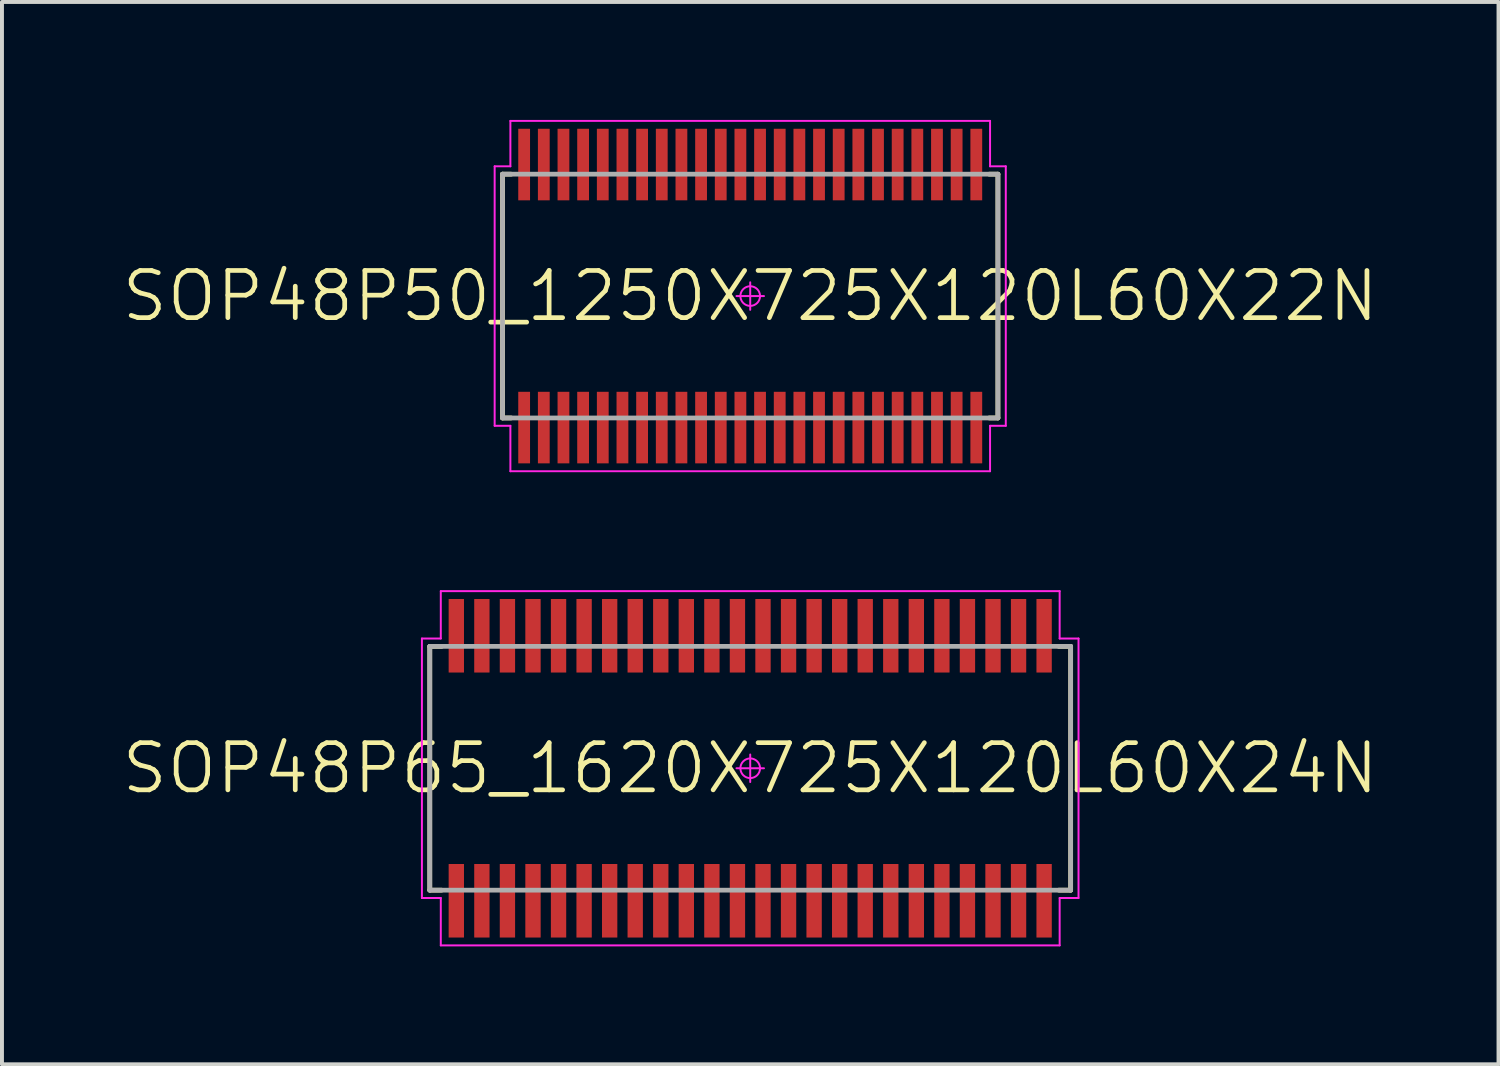
<source format=kicad_pcb>
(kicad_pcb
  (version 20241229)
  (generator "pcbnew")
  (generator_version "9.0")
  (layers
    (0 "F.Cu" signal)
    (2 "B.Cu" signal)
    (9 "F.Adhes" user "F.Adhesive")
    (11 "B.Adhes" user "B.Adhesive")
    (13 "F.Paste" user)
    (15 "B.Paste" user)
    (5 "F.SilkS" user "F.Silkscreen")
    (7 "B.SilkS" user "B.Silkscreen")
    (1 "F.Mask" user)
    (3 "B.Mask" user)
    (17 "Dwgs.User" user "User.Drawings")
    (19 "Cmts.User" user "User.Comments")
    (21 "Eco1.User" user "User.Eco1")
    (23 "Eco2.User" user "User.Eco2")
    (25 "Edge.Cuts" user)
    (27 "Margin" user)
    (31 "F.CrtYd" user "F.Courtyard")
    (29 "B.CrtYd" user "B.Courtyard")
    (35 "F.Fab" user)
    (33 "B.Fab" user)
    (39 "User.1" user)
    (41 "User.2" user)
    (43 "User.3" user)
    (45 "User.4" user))
  (footprint "SOP48P65_1620X725X120L60X24N"
    (layer "F.Cu")
    (at 16.031 16.49)
    (property "Reference" "SOP48P65_1620X725X120L60X24N" (at 0 0 0) (layer "F.SilkS") (effects (font (size 1.2 1.2) (thickness 0.12))))
    (attr smd)
    (fp_line (start -8.15 -3.1) (end -7.85 -3.1) (stroke (width 0.12) (type solid)) (layer "F.SilkS"))
    (fp_line (start -8.15 3.1) (end -8.15 -3.1) (stroke (width 0.12) (type solid)) (layer "F.SilkS"))
    (fp_line (start -7.85 3.1) (end -8.15 3.1) (stroke (width 0.12) (type solid)) (layer "F.SilkS"))
    (fp_line (start 7.85 3.1) (end 8.15 3.1) (stroke (width 0.12) (type solid)) (layer "F.SilkS"))
    (fp_line (start 8.15 -3.1) (end 7.85 -3.1) (stroke (width 0.12) (type solid)) (layer "F.SilkS"))
    (fp_line (start 8.15 3.1) (end 8.15 -3.1) (stroke (width 0.12) (type solid)) (layer "F.SilkS"))
    (fp_line (start -8.35 -3.3) (end -8.35 3.3) (stroke (width 0.05) (type solid)) (layer "F.CrtYd"))
    (fp_line (start -8.35 3.3) (end -7.87 3.3) (stroke (width 0.05) (type solid)) (layer "F.CrtYd"))
    (fp_line (start -7.87 -4.505) (end -7.87 -3.3) (stroke (width 0.05) (type solid)) (layer "F.CrtYd"))
    (fp_line (start -7.87 -3.3) (end -8.35 -3.3) (stroke (width 0.05) (type solid)) (layer "F.CrtYd"))
    (fp_line (start -7.87 3.3) (end -7.87 4.505) (stroke (width 0.05) (type solid)) (layer "F.CrtYd"))
    (fp_line (start -7.87 4.505) (end 7.87 4.505) (stroke (width 0.05) (type solid)) (layer "F.CrtYd"))
    (fp_line (start -0.35 0) (end 0.35 0) (stroke (width 0.05) (type solid)) (layer "F.CrtYd"))
    (fp_line (start 0 -0.35) (end 0 0.35) (stroke (width 0.05) (type solid)) (layer "F.CrtYd"))
    (fp_line (start 7.87 -4.505) (end -7.87 -4.505) (stroke (width 0.05) (type solid)) (layer "F.CrtYd"))
    (fp_line (start 7.87 -3.3) (end 7.87 -4.505) (stroke (width 0.05) (type solid)) (layer "F.CrtYd"))
    (fp_line (start 7.87 3.3) (end 8.35 3.3) (stroke (width 0.05) (type solid)) (layer "F.CrtYd"))
    (fp_line (start 7.87 4.505) (end 7.87 3.3) (stroke (width 0.05) (type solid)) (layer "F.CrtYd"))
    (fp_line (start 8.35 -3.3) (end 7.87 -3.3) (stroke (width 0.05) (type solid)) (layer "F.CrtYd"))
    (fp_line (start 8.35 3.3) (end 8.35 -3.3) (stroke (width 0.05) (type solid)) (layer "F.CrtYd"))
    (fp_circle (center 0 0) (end 0 0.25) (stroke (width 0.05) (type solid)) (fill no) (layer "F.CrtYd"))
    (fp_line (start -8.15 -3.1) (end 8.15 -3.1) (stroke (width 0.12) (type solid)) (layer "F.Fab"))
    (fp_line (start -8.15 3.1) (end -8.15 -3.1) (stroke (width 0.12) (type solid)) (layer "F.Fab"))
    (fp_line (start 8.15 -3.1) (end 8.15 3.1) (stroke (width 0.12) (type solid)) (layer "F.Fab"))
    (fp_line (start 8.15 3.1) (end -8.15 3.1) (stroke (width 0.12) (type solid)) (layer "F.Fab"))
    (pad "1" smd rect (at -7.475 3.37 90) (size 1.87 0.39) (layers "F.Cu" "F.Mask" "F.Paste"))
    (pad "2" smd rect (at -6.825 3.37 90) (size 1.87 0.39) (layers "F.Cu" "F.Mask" "F.Paste"))
    (pad "3" smd rect (at -6.175 3.37 90) (size 1.87 0.39) (layers "F.Cu" "F.Mask" "F.Paste"))
    (pad "4" smd rect (at -5.525 3.37 90) (size 1.87 0.39) (layers "F.Cu" "F.Mask" "F.Paste"))
    (pad "5" smd rect (at -4.875 3.37 90) (size 1.87 0.39) (layers "F.Cu" "F.Mask" "F.Paste"))
    (pad "6" smd rect (at -4.225 3.37 90) (size 1.87 0.39) (layers "F.Cu" "F.Mask" "F.Paste"))
    (pad "7" smd rect (at -3.575 3.37 90) (size 1.87 0.39) (layers "F.Cu" "F.Mask" "F.Paste"))
    (pad "8" smd rect (at -2.925 3.37 90) (size 1.87 0.39) (layers "F.Cu" "F.Mask" "F.Paste"))
    (pad "9" smd rect (at -2.275 3.37 90) (size 1.87 0.39) (layers "F.Cu" "F.Mask" "F.Paste"))
    (pad "10" smd rect (at -1.625 3.37 90) (size 1.87 0.39) (layers "F.Cu" "F.Mask" "F.Paste"))
    (pad "11" smd rect (at -0.975 3.37 90) (size 1.87 0.39) (layers "F.Cu" "F.Mask" "F.Paste"))
    (pad "12" smd rect (at -0.325 3.37 90) (size 1.87 0.39) (layers "F.Cu" "F.Mask" "F.Paste"))
    (pad "13" smd rect (at 0.325 3.37 90) (size 1.87 0.39) (layers "F.Cu" "F.Mask" "F.Paste"))
    (pad "14" smd rect (at 0.975 3.37 90) (size 1.87 0.39) (layers "F.Cu" "F.Mask" "F.Paste"))
    (pad "15" smd rect (at 1.625 3.37 90) (size 1.87 0.39) (layers "F.Cu" "F.Mask" "F.Paste"))
    (pad "16" smd rect (at 2.275 3.37 90) (size 1.87 0.39) (layers "F.Cu" "F.Mask" "F.Paste"))
    (pad "17" smd rect (at 2.925 3.37 90) (size 1.87 0.39) (layers "F.Cu" "F.Mask" "F.Paste"))
    (pad "18" smd rect (at 3.575 3.37 90) (size 1.87 0.39) (layers "F.Cu" "F.Mask" "F.Paste"))
    (pad "19" smd rect (at 4.225 3.37 90) (size 1.87 0.39) (layers "F.Cu" "F.Mask" "F.Paste"))
    (pad "20" smd rect (at 4.875 3.37 90) (size 1.87 0.39) (layers "F.Cu" "F.Mask" "F.Paste"))
    (pad "21" smd rect (at 5.525 3.37 90) (size 1.87 0.39) (layers "F.Cu" "F.Mask" "F.Paste"))
    (pad "22" smd rect (at 6.175 3.37 90) (size 1.87 0.39) (layers "F.Cu" "F.Mask" "F.Paste"))
    (pad "23" smd rect (at 6.825 3.37 90) (size 1.87 0.39) (layers "F.Cu" "F.Mask" "F.Paste"))
    (pad "24" smd rect (at 7.475 3.37 90) (size 1.87 0.39) (layers "F.Cu" "F.Mask" "F.Paste"))
    (pad "25" smd rect (at 7.475 -3.37 90) (size 1.87 0.39) (layers "F.Cu" "F.Mask" "F.Paste"))
    (pad "26" smd rect (at 6.825 -3.37 90) (size 1.87 0.39) (layers "F.Cu" "F.Mask" "F.Paste"))
    (pad "27" smd rect (at 6.175 -3.37 90) (size 1.87 0.39) (layers "F.Cu" "F.Mask" "F.Paste"))
    (pad "28" smd rect (at 5.525 -3.37 90) (size 1.87 0.39) (layers "F.Cu" "F.Mask" "F.Paste"))
    (pad "29" smd rect (at 4.875 -3.37 90) (size 1.87 0.39) (layers "F.Cu" "F.Mask" "F.Paste"))
    (pad "30" smd rect (at 4.225 -3.37 90) (size 1.87 0.39) (layers "F.Cu" "F.Mask" "F.Paste"))
    (pad "31" smd rect (at 3.575 -3.37 90) (size 1.87 0.39) (layers "F.Cu" "F.Mask" "F.Paste"))
    (pad "32" smd rect (at 2.925 -3.37 90) (size 1.87 0.39) (layers "F.Cu" "F.Mask" "F.Paste"))
    (pad "33" smd rect (at 2.275 -3.37 90) (size 1.87 0.39) (layers "F.Cu" "F.Mask" "F.Paste"))
    (pad "34" smd rect (at 1.625 -3.37 90) (size 1.87 0.39) (layers "F.Cu" "F.Mask" "F.Paste"))
    (pad "35" smd rect (at 0.975 -3.37 90) (size 1.87 0.39) (layers "F.Cu" "F.Mask" "F.Paste"))
    (pad "36" smd rect (at 0.325 -3.37 90) (size 1.87 0.39) (layers "F.Cu" "F.Mask" "F.Paste"))
    (pad "37" smd rect (at -0.325 -3.37 90) (size 1.87 0.39) (layers "F.Cu" "F.Mask" "F.Paste"))
    (pad "38" smd rect (at -0.975 -3.37 90) (size 1.87 0.39) (layers "F.Cu" "F.Mask" "F.Paste"))
    (pad "39" smd rect (at -1.625 -3.37 90) (size 1.87 0.39) (layers "F.Cu" "F.Mask" "F.Paste"))
    (pad "40" smd rect (at -2.275 -3.37 90) (size 1.87 0.39) (layers "F.Cu" "F.Mask" "F.Paste"))
    (pad "41" smd rect (at -2.925 -3.37 90) (size 1.87 0.39) (layers "F.Cu" "F.Mask" "F.Paste"))
    (pad "42" smd rect (at -3.575 -3.37 90) (size 1.87 0.39) (layers "F.Cu" "F.Mask" "F.Paste"))
    (pad "43" smd rect (at -4.225 -3.37 90) (size 1.87 0.39) (layers "F.Cu" "F.Mask" "F.Paste"))
    (pad "44" smd rect (at -4.875 -3.37 90) (size 1.87 0.39) (layers "F.Cu" "F.Mask" "F.Paste"))
    (pad "45" smd rect (at -5.525 -3.37 90) (size 1.87 0.39) (layers "F.Cu" "F.Mask" "F.Paste"))
    (pad "46" smd rect (at -6.175 -3.37 90) (size 1.87 0.39) (layers "F.Cu" "F.Mask" "F.Paste"))
    (pad "47" smd rect (at -6.825 -3.37 90) (size 1.87 0.39) (layers "F.Cu" "F.Mask" "F.Paste"))
    (pad "48" smd rect (at -7.475 -3.37 90) (size 1.87 0.39) (layers "F.Cu" "F.Mask" "F.Paste")))
  (footprint "SOP48P50_1250X725X120L60X22N"
    (layer "F.Cu")
    (at 16.031 4.48)
    (property "Reference" "SOP48P50_1250X725X120L60X22N" (at 0 0 0) (layer "F.SilkS") (effects (font (size 1.2 1.2) (thickness 0.12))))
    (attr smd)
    (fp_line (start -6.3 -3.1) (end -6.08 -3.1) (stroke (width 0.12) (type solid)) (layer "F.SilkS"))
    (fp_line (start -6.3 3.1) (end -6.3 -3.1) (stroke (width 0.12) (type solid)) (layer "F.SilkS"))
    (fp_line (start -6.08 3.1) (end -6.3 3.1) (stroke (width 0.12) (type solid)) (layer "F.SilkS"))
    (fp_line (start 6.08 3.1) (end 6.3 3.1) (stroke (width 0.12) (type solid)) (layer "F.SilkS"))
    (fp_line (start 6.3 -3.1) (end 6.08 -3.1) (stroke (width 0.12) (type solid)) (layer "F.SilkS"))
    (fp_line (start 6.3 3.1) (end 6.3 -3.1) (stroke (width 0.12) (type solid)) (layer "F.SilkS"))
    (fp_line (start -6.5 -3.3) (end -6.5 3.3) (stroke (width 0.05) (type solid)) (layer "F.CrtYd"))
    (fp_line (start -6.5 3.3) (end -6.1 3.3) (stroke (width 0.05) (type solid)) (layer "F.CrtYd"))
    (fp_line (start -6.1 -4.455) (end -6.1 -3.3) (stroke (width 0.05) (type solid)) (layer "F.CrtYd"))
    (fp_line (start -6.1 -3.3) (end -6.5 -3.3) (stroke (width 0.05) (type solid)) (layer "F.CrtYd"))
    (fp_line (start -6.1 3.3) (end -6.1 4.455) (stroke (width 0.05) (type solid)) (layer "F.CrtYd"))
    (fp_line (start -6.1 4.455) (end 6.1 4.455) (stroke (width 0.05) (type solid)) (layer "F.CrtYd"))
    (fp_line (start -0.35 0) (end 0.35 0) (stroke (width 0.05) (type solid)) (layer "F.CrtYd"))
    (fp_line (start 0 -0.35) (end 0 0.35) (stroke (width 0.05) (type solid)) (layer "F.CrtYd"))
    (fp_line (start 6.1 -4.455) (end -6.1 -4.455) (stroke (width 0.05) (type solid)) (layer "F.CrtYd"))
    (fp_line (start 6.1 -3.3) (end 6.1 -4.455) (stroke (width 0.05) (type solid)) (layer "F.CrtYd"))
    (fp_line (start 6.1 3.3) (end 6.5 3.3) (stroke (width 0.05) (type solid)) (layer "F.CrtYd"))
    (fp_line (start 6.1 4.455) (end 6.1 3.3) (stroke (width 0.05) (type solid)) (layer "F.CrtYd"))
    (fp_line (start 6.5 -3.3) (end 6.1 -3.3) (stroke (width 0.05) (type solid)) (layer "F.CrtYd"))
    (fp_line (start 6.5 3.3) (end 6.5 -3.3) (stroke (width 0.05) (type solid)) (layer "F.CrtYd"))
    (fp_circle (center 0 0) (end 0 0.25) (stroke (width 0.05) (type solid)) (fill no) (layer "F.CrtYd"))
    (fp_line (start -6.3 -3.1) (end 6.3 -3.1) (stroke (width 0.12) (type solid)) (layer "F.Fab"))
    (fp_line (start -6.3 3.1) (end -6.3 -3.1) (stroke (width 0.12) (type solid)) (layer "F.Fab"))
    (fp_line (start 6.3 -3.1) (end 6.3 3.1) (stroke (width 0.12) (type solid)) (layer "F.Fab"))
    (fp_line (start 6.3 3.1) (end -6.3 3.1) (stroke (width 0.12) (type solid)) (layer "F.Fab"))
    (pad "1" smd rect (at -5.75 3.345 90) (size 1.82 0.3) (layers "F.Cu" "F.Mask" "F.Paste"))
    (pad "2" smd rect (at -5.25 3.345 90) (size 1.82 0.3) (layers "F.Cu" "F.Mask" "F.Paste"))
    (pad "3" smd rect (at -4.75 3.345 90) (size 1.82 0.3) (layers "F.Cu" "F.Mask" "F.Paste"))
    (pad "4" smd rect (at -4.25 3.345 90) (size 1.82 0.3) (layers "F.Cu" "F.Mask" "F.Paste"))
    (pad "5" smd rect (at -3.75 3.345 90) (size 1.82 0.3) (layers "F.Cu" "F.Mask" "F.Paste"))
    (pad "6" smd rect (at -3.25 3.345 90) (size 1.82 0.3) (layers "F.Cu" "F.Mask" "F.Paste"))
    (pad "7" smd rect (at -2.75 3.345 90) (size 1.82 0.3) (layers "F.Cu" "F.Mask" "F.Paste"))
    (pad "8" smd rect (at -2.25 3.345 90) (size 1.82 0.3) (layers "F.Cu" "F.Mask" "F.Paste"))
    (pad "9" smd rect (at -1.75 3.345 90) (size 1.82 0.3) (layers "F.Cu" "F.Mask" "F.Paste"))
    (pad "10" smd rect (at -1.25 3.345 90) (size 1.82 0.3) (layers "F.Cu" "F.Mask" "F.Paste"))
    (pad "11" smd rect (at -0.75 3.345 90) (size 1.82 0.3) (layers "F.Cu" "F.Mask" "F.Paste"))
    (pad "12" smd rect (at -0.25 3.345 90) (size 1.82 0.3) (layers "F.Cu" "F.Mask" "F.Paste"))
    (pad "13" smd rect (at 0.25 3.345 90) (size 1.82 0.3) (layers "F.Cu" "F.Mask" "F.Paste"))
    (pad "14" smd rect (at 0.75 3.345 90) (size 1.82 0.3) (layers "F.Cu" "F.Mask" "F.Paste"))
    (pad "15" smd rect (at 1.25 3.345 90) (size 1.82 0.3) (layers "F.Cu" "F.Mask" "F.Paste"))
    (pad "16" smd rect (at 1.75 3.345 90) (size 1.82 0.3) (layers "F.Cu" "F.Mask" "F.Paste"))
    (pad "17" smd rect (at 2.25 3.345 90) (size 1.82 0.3) (layers "F.Cu" "F.Mask" "F.Paste"))
    (pad "18" smd rect (at 2.75 3.345 90) (size 1.82 0.3) (layers "F.Cu" "F.Mask" "F.Paste"))
    (pad "19" smd rect (at 3.25 3.345 90) (size 1.82 0.3) (layers "F.Cu" "F.Mask" "F.Paste"))
    (pad "20" smd rect (at 3.75 3.345 90) (size 1.82 0.3) (layers "F.Cu" "F.Mask" "F.Paste"))
    (pad "21" smd rect (at 4.25 3.345 90) (size 1.82 0.3) (layers "F.Cu" "F.Mask" "F.Paste"))
    (pad "22" smd rect (at 4.75 3.345 90) (size 1.82 0.3) (layers "F.Cu" "F.Mask" "F.Paste"))
    (pad "23" smd rect (at 5.25 3.345 90) (size 1.82 0.3) (layers "F.Cu" "F.Mask" "F.Paste"))
    (pad "24" smd rect (at 5.75 3.345 90) (size 1.82 0.3) (layers "F.Cu" "F.Mask" "F.Paste"))
    (pad "25" smd rect (at 5.75 -3.345 90) (size 1.82 0.3) (layers "F.Cu" "F.Mask" "F.Paste"))
    (pad "26" smd rect (at 5.25 -3.345 90) (size 1.82 0.3) (layers "F.Cu" "F.Mask" "F.Paste"))
    (pad "27" smd rect (at 4.75 -3.345 90) (size 1.82 0.3) (layers "F.Cu" "F.Mask" "F.Paste"))
    (pad "28" smd rect (at 4.25 -3.345 90) (size 1.82 0.3) (layers "F.Cu" "F.Mask" "F.Paste"))
    (pad "29" smd rect (at 3.75 -3.345 90) (size 1.82 0.3) (layers "F.Cu" "F.Mask" "F.Paste"))
    (pad "30" smd rect (at 3.25 -3.345 90) (size 1.82 0.3) (layers "F.Cu" "F.Mask" "F.Paste"))
    (pad "31" smd rect (at 2.75 -3.345 90) (size 1.82 0.3) (layers "F.Cu" "F.Mask" "F.Paste"))
    (pad "32" smd rect (at 2.25 -3.345 90) (size 1.82 0.3) (layers "F.Cu" "F.Mask" "F.Paste"))
    (pad "33" smd rect (at 1.75 -3.345 90) (size 1.82 0.3) (layers "F.Cu" "F.Mask" "F.Paste"))
    (pad "34" smd rect (at 1.25 -3.345 90) (size 1.82 0.3) (layers "F.Cu" "F.Mask" "F.Paste"))
    (pad "35" smd rect (at 0.75 -3.345 90) (size 1.82 0.3) (layers "F.Cu" "F.Mask" "F.Paste"))
    (pad "36" smd rect (at 0.25 -3.345 90) (size 1.82 0.3) (layers "F.Cu" "F.Mask" "F.Paste"))
    (pad "37" smd rect (at -0.25 -3.345 90) (size 1.82 0.3) (layers "F.Cu" "F.Mask" "F.Paste"))
    (pad "38" smd rect (at -0.75 -3.345 90) (size 1.82 0.3) (layers "F.Cu" "F.Mask" "F.Paste"))
    (pad "39" smd rect (at -1.25 -3.345 90) (size 1.82 0.3) (layers "F.Cu" "F.Mask" "F.Paste"))
    (pad "40" smd rect (at -1.75 -3.345 90) (size 1.82 0.3) (layers "F.Cu" "F.Mask" "F.Paste"))
    (pad "41" smd rect (at -2.25 -3.345 90) (size 1.82 0.3) (layers "F.Cu" "F.Mask" "F.Paste"))
    (pad "42" smd rect (at -2.75 -3.345 90) (size 1.82 0.3) (layers "F.Cu" "F.Mask" "F.Paste"))
    (pad "43" smd rect (at -3.25 -3.345 90) (size 1.82 0.3) (layers "F.Cu" "F.Mask" "F.Paste"))
    (pad "44" smd rect (at -3.75 -3.345 90) (size 1.82 0.3) (layers "F.Cu" "F.Mask" "F.Paste"))
    (pad "45" smd rect (at -4.25 -3.345 90) (size 1.82 0.3) (layers "F.Cu" "F.Mask" "F.Paste"))
    (pad "46" smd rect (at -4.75 -3.345 90) (size 1.82 0.3) (layers "F.Cu" "F.Mask" "F.Paste"))
    (pad "47" smd rect (at -5.25 -3.345 90) (size 1.82 0.3) (layers "F.Cu" "F.Mask" "F.Paste"))
    (pad "48" smd rect (at -5.75 -3.345 90) (size 1.82 0.3) (layers "F.Cu" "F.Mask" "F.Paste")))
  (gr_rect
    (start -3 -3)
    (end 35.063 24.02)
    (stroke (width 0.1) (type default))
    (fill no)
    (layer "Edge.Cuts")))
</source>
